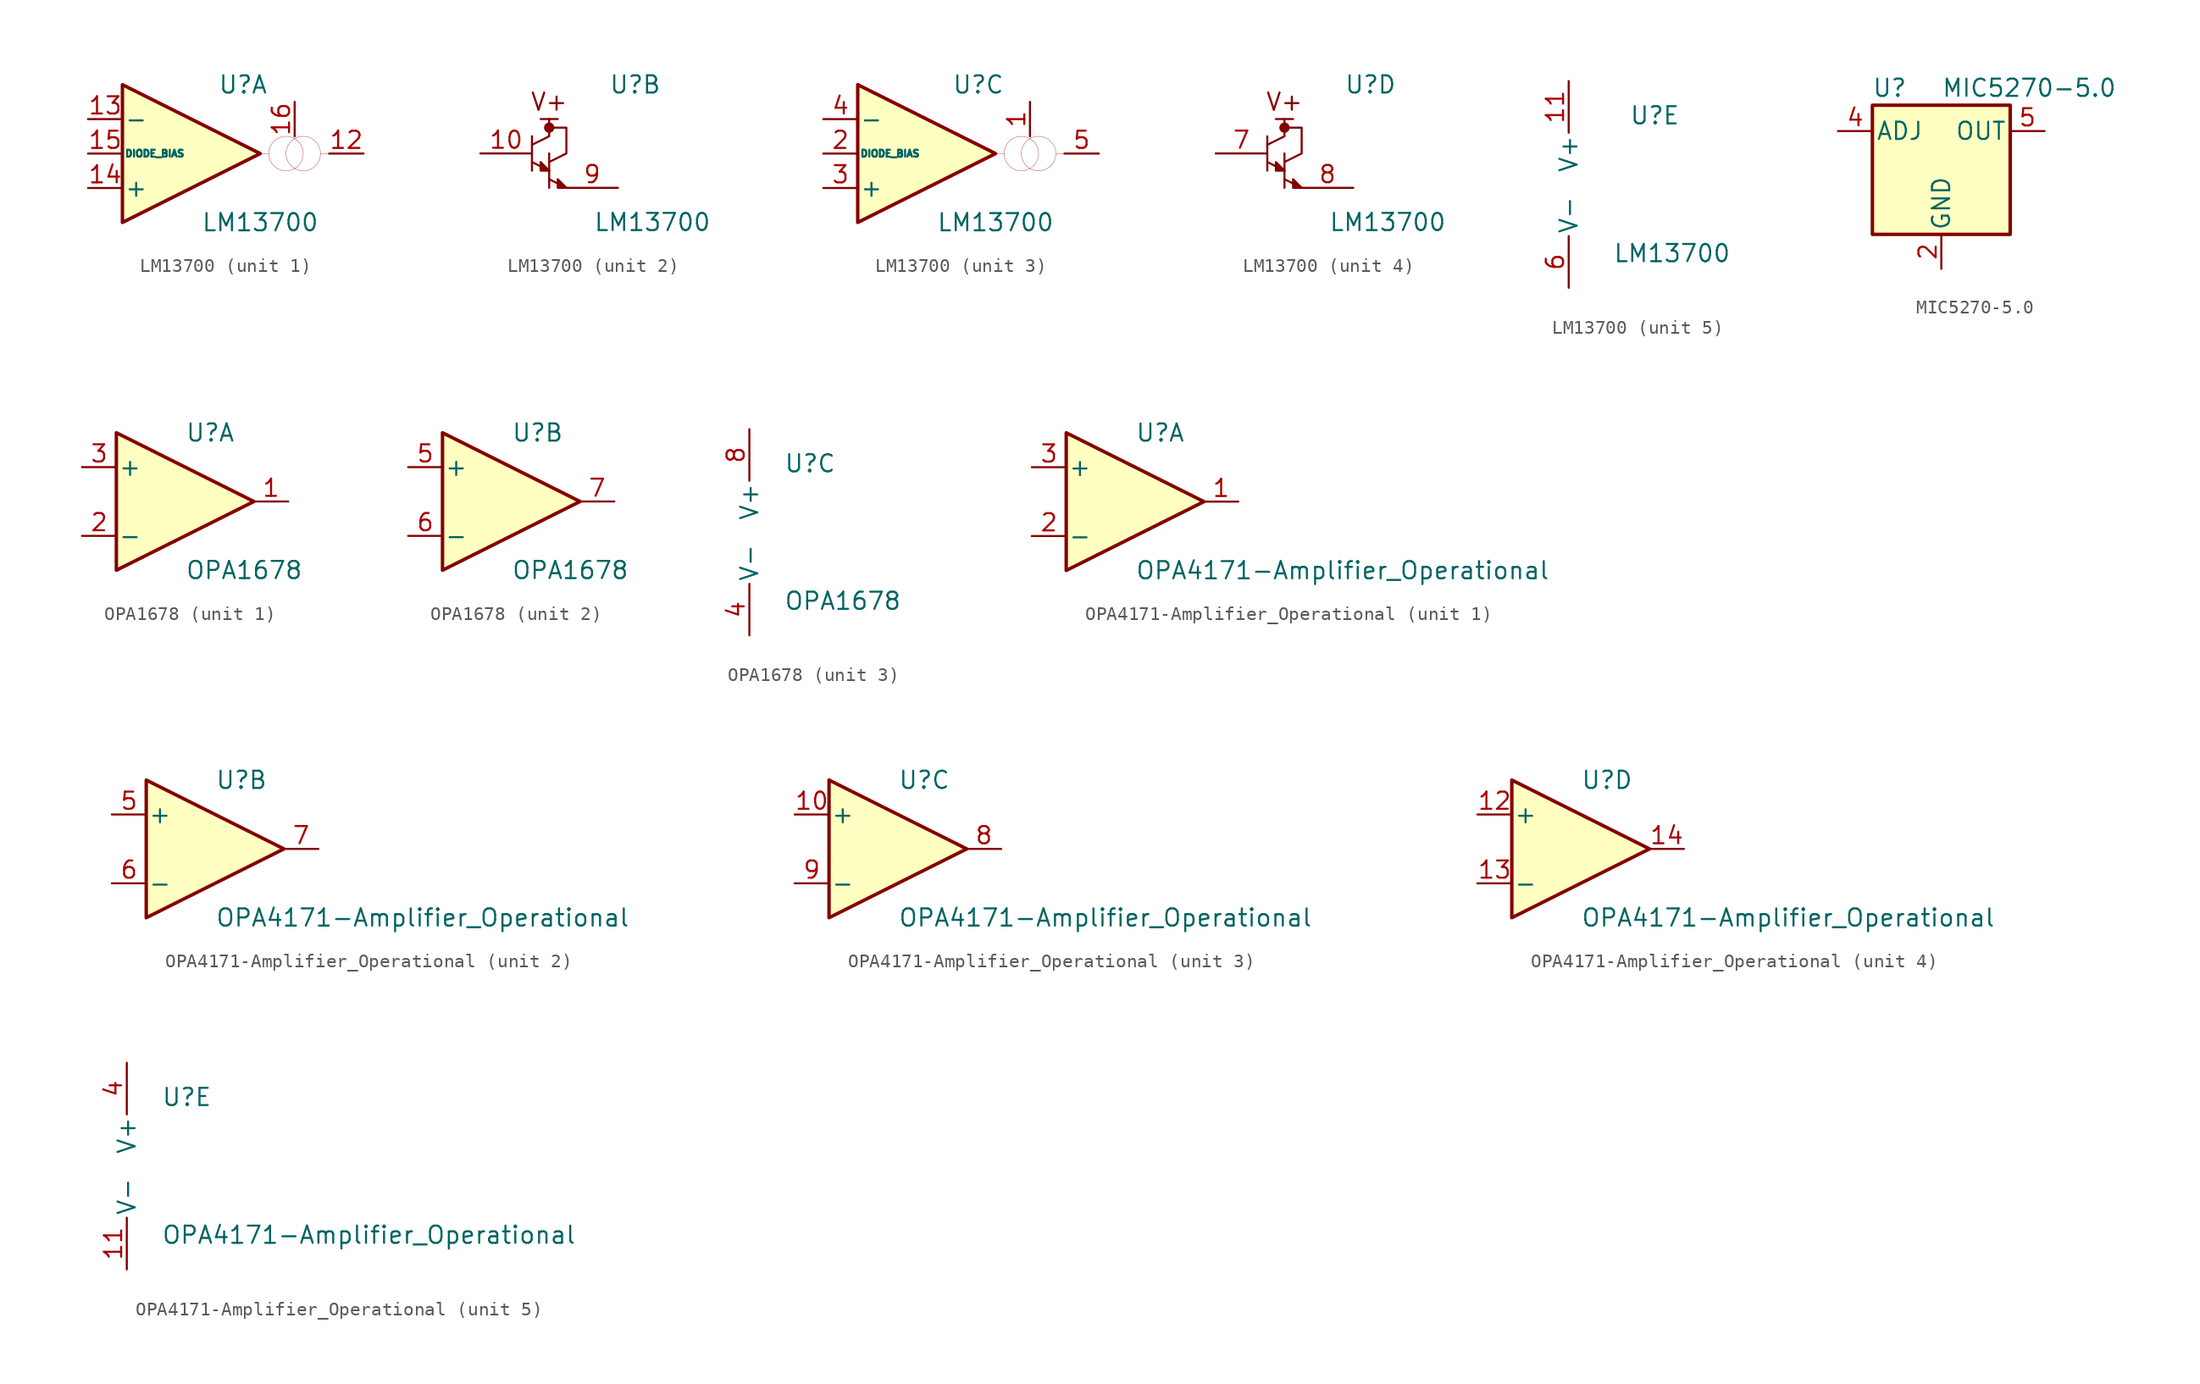
<source format=kicad_sym>
(kicad_symbol_lib
  (version 20201005)
  (generator kicad_symbol_editor)
  (symbol "custom_ic:LM13700"
    (pin_names
      (offset 0.127))
    (property "Reference" "U"
      (at 3.81 5.08 0)
      (effects (font (size 1.27 1.27))))
    (property "Value" "LM13700"
      (at 5.08 -5.08 0)
      (effects (font (size 1.27 1.27))))
    (property "ki_locked" ""
      (at 0 0 0)
      (effects (font (size 1.27 1.27))))
    (symbol "LM13700_1_1"
      (circle (center 6.985 0) (radius 1.27) (stroke (width 0.001)) (fill (type none)))
      (circle (center 8.255 0) (radius 1.27) (stroke (width 0.001)) (fill (type none)))
      (polyline (pts (xy 5.08 0) (xy -5.08 -5.08) (xy -5.08 5.08) (xy 5.08 0)) (stroke (width 0.254)) (fill (type background)))
      (polyline (pts (xy 5.715 0) (xy 5.08 0)) (stroke (width 0.001)) (fill (type none)))
      (polyline (pts (xy 10.16 0) (xy 9.525 0)) (stroke (width 0.001)) (fill (type none)))
      (pin output line (at 12.7 0 180) (length 2.54) (name "~" (effects (font (size 1.27 1.27)))) (number "12" (effects (font (size 1.27 1.27)))))
      (pin input line (at -7.62 2.54 0) (length 2.54) (name "-" (effects (font (size 1.27 1.27)))) (number "13" (effects (font (size 1.27 1.27)))))
      (pin input line (at -7.62 -2.54 0) (length 2.54) (name "+" (effects (font (size 1.27 1.27)))) (number "14" (effects (font (size 1.27 1.27)))))
      (pin input line (at -7.62 0 0) (length 2.54) (name "DIODE_BIAS" (effects (font (size 0.508 0.508)))) (number "15" (effects (font (size 1.27 1.27)))))
      (pin input line (at 7.62 1.27 90) (length 2.54) (name "~" (effects (font (size 1.27 1.27)))) (number "16" (effects (font (size 1.27 1.27))))))
    (symbol "LM13700_2_0"
      (polyline (pts (xy -1.905 2.54) (xy -3.175 2.54)) (stroke (width 0)) (fill (type none))))
    (symbol "LM13700_2_1"
      (circle (center -2.54 1.905) (radius 0.254) (stroke (width 0.254)) (fill (type outline)))
      (text "V+" (at -2.54 3.81 0) (effects (font (size 1.27 1.27))))
      (polyline (pts (xy -3.81 -0.635) (xy -2.54 -1.27)) (stroke (width 0)) (fill (type none)))
      (polyline (pts (xy -3.81 1.27) (xy -3.81 -1.27)) (stroke (width 0)) (fill (type none)))
      (polyline (pts (xy -2.54 -1.905) (xy -1.27 -2.54)) (stroke (width 0)) (fill (type none)))
      (polyline (pts (xy -2.54 0) (xy -2.54 -2.54)) (stroke (width 0)) (fill (type none)))
      (polyline (pts (xy -3.81 0.635) (xy -2.54 1.27) (xy -2.54 1.905) (xy -2.54 2.54)) (stroke (width 0)) (fill (type none)))
      (polyline (pts (xy -2.54 -1.27) (xy -3.175 -0.635) (xy -3.175 -1.27) (xy -2.54 -1.27)) (stroke (width 0)) (fill (type outline)))
      (polyline (pts (xy -2.54 -0.635) (xy -1.27 0) (xy -1.27 1.905) (xy -2.54 1.905)) (stroke (width 0)) (fill (type none)))
      (polyline (pts (xy -1.27 -2.54) (xy -1.905 -1.905) (xy -1.905 -2.54) (xy -1.27 -2.54)) (stroke (width 0)) (fill (type outline)))
      (pin input line (at -7.62 0 0) (length 3.81) (name "~" (effects (font (size 1.27 1.27)))) (number "10" (effects (font (size 1.27 1.27)))))
      (pin output line (at 2.54 -2.54 180) (length 3.81) (name "~" (effects (font (size 1.27 1.27)))) (number "9" (effects (font (size 1.27 1.27))))))
    (symbol "LM13700_3_1"
      (circle (center 6.985 0) (radius 1.27) (stroke (width 0.001)) (fill (type none)))
      (circle (center 8.255 0) (radius 1.27) (stroke (width 0.001)) (fill (type none)))
      (polyline (pts (xy 5.08 0) (xy -5.08 -5.08) (xy -5.08 5.08) (xy 5.08 0)) (stroke (width 0.254)) (fill (type background)))
      (polyline (pts (xy 5.715 0) (xy 5.08 0)) (stroke (width 0.001)) (fill (type none)))
      (polyline (pts (xy 10.16 0) (xy 10.16 0)) (stroke (width 0.001)) (fill (type none)))
      (polyline (pts (xy 9.525 0) (xy 10.16 0)) (stroke (width 0.001)) (fill (type none)))
      (pin input line (at -7.62 0 0) (length 2.54) (name "DIODE_BIAS" (effects (font (size 0.508 0.508)))) (number "2" (effects (font (size 1.27 1.27)))))
      (pin input line (at -7.62 -2.54 0) (length 2.54) (name "+" (effects (font (size 1.27 1.27)))) (number "3" (effects (font (size 1.27 1.27)))))
      (pin input line (at -7.62 2.54 0) (length 2.54) (name "-" (effects (font (size 1.27 1.27)))) (number "4" (effects (font (size 1.27 1.27)))))
      (pin output line (at 12.7 0 180) (length 2.54) (name "~" (effects (font (size 1.27 1.27)))) (number "5" (effects (font (size 1.27 1.27)))))
      (pin input line (at 7.62 1.27 90) (length 2.54) (name "~" (effects (font (size 1.27 1.27)))) (number "1" (effects (font (size 1.27 1.27))))))
    (symbol "LM13700_4_0"
      (text "V+" (at -2.54 3.81 0) (effects (font (size 1.27 1.27))))
      (polyline (pts (xy -3.175 2.54) (xy -1.905 2.54)) (stroke (width 0)) (fill (type none))))
    (symbol "LM13700_4_1"
      (circle (center -2.54 1.905) (radius 0.254) (stroke (width 0.254)) (fill (type outline)))
      (polyline (pts (xy -3.81 -0.635) (xy -2.54 -1.27)) (stroke (width 0)) (fill (type none)))
      (polyline (pts (xy -3.81 1.27) (xy -3.81 -1.27)) (stroke (width 0)) (fill (type none)))
      (polyline (pts (xy -2.54 -1.905) (xy -1.27 -2.54)) (stroke (width 0)) (fill (type none)))
      (polyline (pts (xy -2.54 0) (xy -2.54 -2.54)) (stroke (width 0)) (fill (type none)))
      (polyline (pts (xy -3.81 0.635) (xy -2.54 1.27) (xy -2.54 2.54)) (stroke (width 0)) (fill (type none)))
      (polyline (pts (xy -2.54 -1.27) (xy -3.175 -0.635) (xy -3.175 -1.27) (xy -2.54 -1.27)) (stroke (width 0)) (fill (type outline)))
      (polyline (pts (xy -2.54 -0.635) (xy -1.27 0) (xy -1.27 1.905) (xy -2.54 1.905)) (stroke (width 0)) (fill (type none)))
      (polyline (pts (xy -1.27 -2.54) (xy -1.905 -1.905) (xy -1.905 -2.54) (xy -1.27 -2.54)) (stroke (width 0)) (fill (type outline)))
      (pin input line (at -7.62 0 0) (length 3.81) (name "~" (effects (font (size 1.27 1.27)))) (number "7" (effects (font (size 1.27 1.27)))))
      (pin output line (at 2.54 -2.54 180) (length 3.81) (name "~" (effects (font (size 1.27 1.27)))) (number "8" (effects (font (size 1.27 1.27))))))
    (symbol "LM13700_5_1"
      (pin power_in line (at -2.54 7.62 270) (length 3.81) (name "V+" (effects (font (size 1.27 1.27)))) (number "11" (effects (font (size 1.27 1.27)))))
      (pin power_in line (at -2.54 -7.62 90) (length 3.81) (name "V-" (effects (font (size 1.27 1.27)))) (number "6" (effects (font (size 1.27 1.27)))))))
  (symbol "custom_ic:MIC5270-5.0"
    (pin_names
      (offset 0.254))
    (property "Reference" "U"
      (at -3.81 5.715 0)
      (effects (font (size 1.27 1.27))))
    (property "Value" "MIC5270-5.0"
      (at 0 5.715 0)
      (effects (font (size 1.27 1.27)) (justify left)))
    (symbol "MIC5270-5.0_0_1"
      (rectangle (start -5.08 4.445) (end 5.08 -5.08) (stroke (width 0.254)) (fill (type background))))
    (symbol "MIC5270-5.0_1_1"
      (pin unconnected line (at -7.62 -1.27 0) (length 2.54) hide (name "IN" (effects (font (size 1.27 1.27)))) (number "1" (effects (font (size 1.27 1.27)))))
      (pin power_in line (at 0 -7.62 90) (length 2.54) (name "GND" (effects (font (size 1.27 1.27)))) (number "2" (effects (font (size 1.27 1.27)))))
      (pin unconnected line (at -7.62 -3.81 0) (length 2.54) hide (name "EN" (effects (font (size 1.27 1.27)))) (number "3" (effects (font (size 1.27 1.27)))))
      (pin input line (at -7.62 2.54 0) (length 2.54) (name "ADJ" (effects (font (size 1.27 1.27)))) (number "4" (effects (font (size 1.27 1.27)))))
      (pin power_out line (at 7.62 2.54 180) (length 2.54) (name "OUT" (effects (font (size 1.27 1.27)))) (number "5" (effects (font (size 1.27 1.27)))))))
  (symbol "custom_ic:OPA1678"
    (pin_names
      (offset 0.127))
    (property "Reference" "U"
      (at 0 5.08 0)
      (effects (font (size 1.27 1.27)) (justify left)))
    (property "Value" "OPA1678"
      (at 0 -5.08 0)
      (effects (font (size 1.27 1.27)) (justify left)))
    (property "Footprint" ""
      (at 0 0 0)
      (effects (font (size 1.27 1.27))))
    (symbol "OPA1678_1_1"
      (polyline (pts (xy -5.08 5.08) (xy 5.08 0) (xy -5.08 -5.08) (xy -5.08 5.08)) (stroke (width 0.254)) (fill (type background)))
      (pin output line (at 7.62 0 180) (length 2.54) (name "~" (effects (font (size 1.27 1.27)))) (number "1" (effects (font (size 1.27 1.27)))))
      (pin input line (at -7.62 -2.54 0) (length 2.54) (name "-" (effects (font (size 1.27 1.27)))) (number "2" (effects (font (size 1.27 1.27)))))
      (pin input line (at -7.62 2.54 0) (length 2.54) (name "+" (effects (font (size 1.27 1.27)))) (number "3" (effects (font (size 1.27 1.27))))))
    (symbol "OPA1678_2_1"
      (polyline (pts (xy -5.08 5.08) (xy 5.08 0) (xy -5.08 -5.08) (xy -5.08 5.08)) (stroke (width 0.254)) (fill (type background)))
      (pin input line (at -7.62 2.54 0) (length 2.54) (name "+" (effects (font (size 1.27 1.27)))) (number "5" (effects (font (size 1.27 1.27)))))
      (pin input line (at -7.62 -2.54 0) (length 2.54) (name "-" (effects (font (size 1.27 1.27)))) (number "6" (effects (font (size 1.27 1.27)))))
      (pin output line (at 7.62 0 180) (length 2.54) (name "~" (effects (font (size 1.27 1.27)))) (number "7" (effects (font (size 1.27 1.27))))))
    (symbol "OPA1678_3_1"
      (pin power_in line (at -2.54 -7.62 90) (length 3.81) (name "V-" (effects (font (size 1.27 1.27)))) (number "4" (effects (font (size 1.27 1.27)))))
      (pin power_in line (at -2.54 7.62 270) (length 3.81) (name "V+" (effects (font (size 1.27 1.27)))) (number "8" (effects (font (size 1.27 1.27)))))))
  (symbol "custom_ic:OPA4171-Amplifier_Operational"
    (pin_names
      (offset 0.127))
    (property "Reference" "U"
      (at 0 5.08 0)
      (effects (font (size 1.27 1.27)) (justify left)))
    (property "Value" "OPA4171-Amplifier_Operational"
      (at 0 -5.08 0)
      (effects (font (size 1.27 1.27)) (justify left)))
    (property "ki_locked" ""
      (at 0 0 0)
      (effects (font (size 1.27 1.27))))
    (symbol "OPA4171-Amplifier_Operational_1_1"
      (polyline (pts (xy -5.08 5.08) (xy 5.08 0) (xy -5.08 -5.08) (xy -5.08 5.08)) (stroke (width 0.254)) (fill (type background)))
      (pin output line (at 7.62 0 180) (length 2.54) (name "~" (effects (font (size 1.27 1.27)))) (number "1" (effects (font (size 1.27 1.27)))))
      (pin input line (at -7.62 -2.54 0) (length 2.54) (name "-" (effects (font (size 1.27 1.27)))) (number "2" (effects (font (size 1.27 1.27)))))
      (pin input line (at -7.62 2.54 0) (length 2.54) (name "+" (effects (font (size 1.27 1.27)))) (number "3" (effects (font (size 1.27 1.27))))))
    (symbol "OPA4171-Amplifier_Operational_2_1"
      (polyline (pts (xy -5.08 5.08) (xy 5.08 0) (xy -5.08 -5.08) (xy -5.08 5.08)) (stroke (width 0.254)) (fill (type background)))
      (pin input line (at -7.62 2.54 0) (length 2.54) (name "+" (effects (font (size 1.27 1.27)))) (number "5" (effects (font (size 1.27 1.27)))))
      (pin input line (at -7.62 -2.54 0) (length 2.54) (name "-" (effects (font (size 1.27 1.27)))) (number "6" (effects (font (size 1.27 1.27)))))
      (pin output line (at 7.62 0 180) (length 2.54) (name "~" (effects (font (size 1.27 1.27)))) (number "7" (effects (font (size 1.27 1.27))))))
    (symbol "OPA4171-Amplifier_Operational_3_1"
      (polyline (pts (xy -5.08 5.08) (xy 5.08 0) (xy -5.08 -5.08) (xy -5.08 5.08)) (stroke (width 0.254)) (fill (type background)))
      (pin input line (at -7.62 2.54 0) (length 2.54) (name "+" (effects (font (size 1.27 1.27)))) (number "10" (effects (font (size 1.27 1.27)))))
      (pin output line (at 7.62 0 180) (length 2.54) (name "~" (effects (font (size 1.27 1.27)))) (number "8" (effects (font (size 1.27 1.27)))))
      (pin input line (at -7.62 -2.54 0) (length 2.54) (name "-" (effects (font (size 1.27 1.27)))) (number "9" (effects (font (size 1.27 1.27))))))
    (symbol "OPA4171-Amplifier_Operational_4_1"
      (polyline (pts (xy -5.08 5.08) (xy 5.08 0) (xy -5.08 -5.08) (xy -5.08 5.08)) (stroke (width 0.254)) (fill (type background)))
      (pin input line (at -7.62 2.54 0) (length 2.54) (name "+" (effects (font (size 1.27 1.27)))) (number "12" (effects (font (size 1.27 1.27)))))
      (pin input line (at -7.62 -2.54 0) (length 2.54) (name "-" (effects (font (size 1.27 1.27)))) (number "13" (effects (font (size 1.27 1.27)))))
      (pin output line (at 7.62 0 180) (length 2.54) (name "~" (effects (font (size 1.27 1.27)))) (number "14" (effects (font (size 1.27 1.27))))))
    (symbol "OPA4171-Amplifier_Operational_5_1"
      (pin power_in line (at -2.54 -7.62 90) (length 3.81) (name "V-" (effects (font (size 1.27 1.27)))) (number "11" (effects (font (size 1.27 1.27)))))
      (pin power_in line (at -2.54 7.62 270) (length 3.81) (name "V+" (effects (font (size 1.27 1.27)))) (number "4" (effects (font (size 1.27 1.27))))))))
</source>
